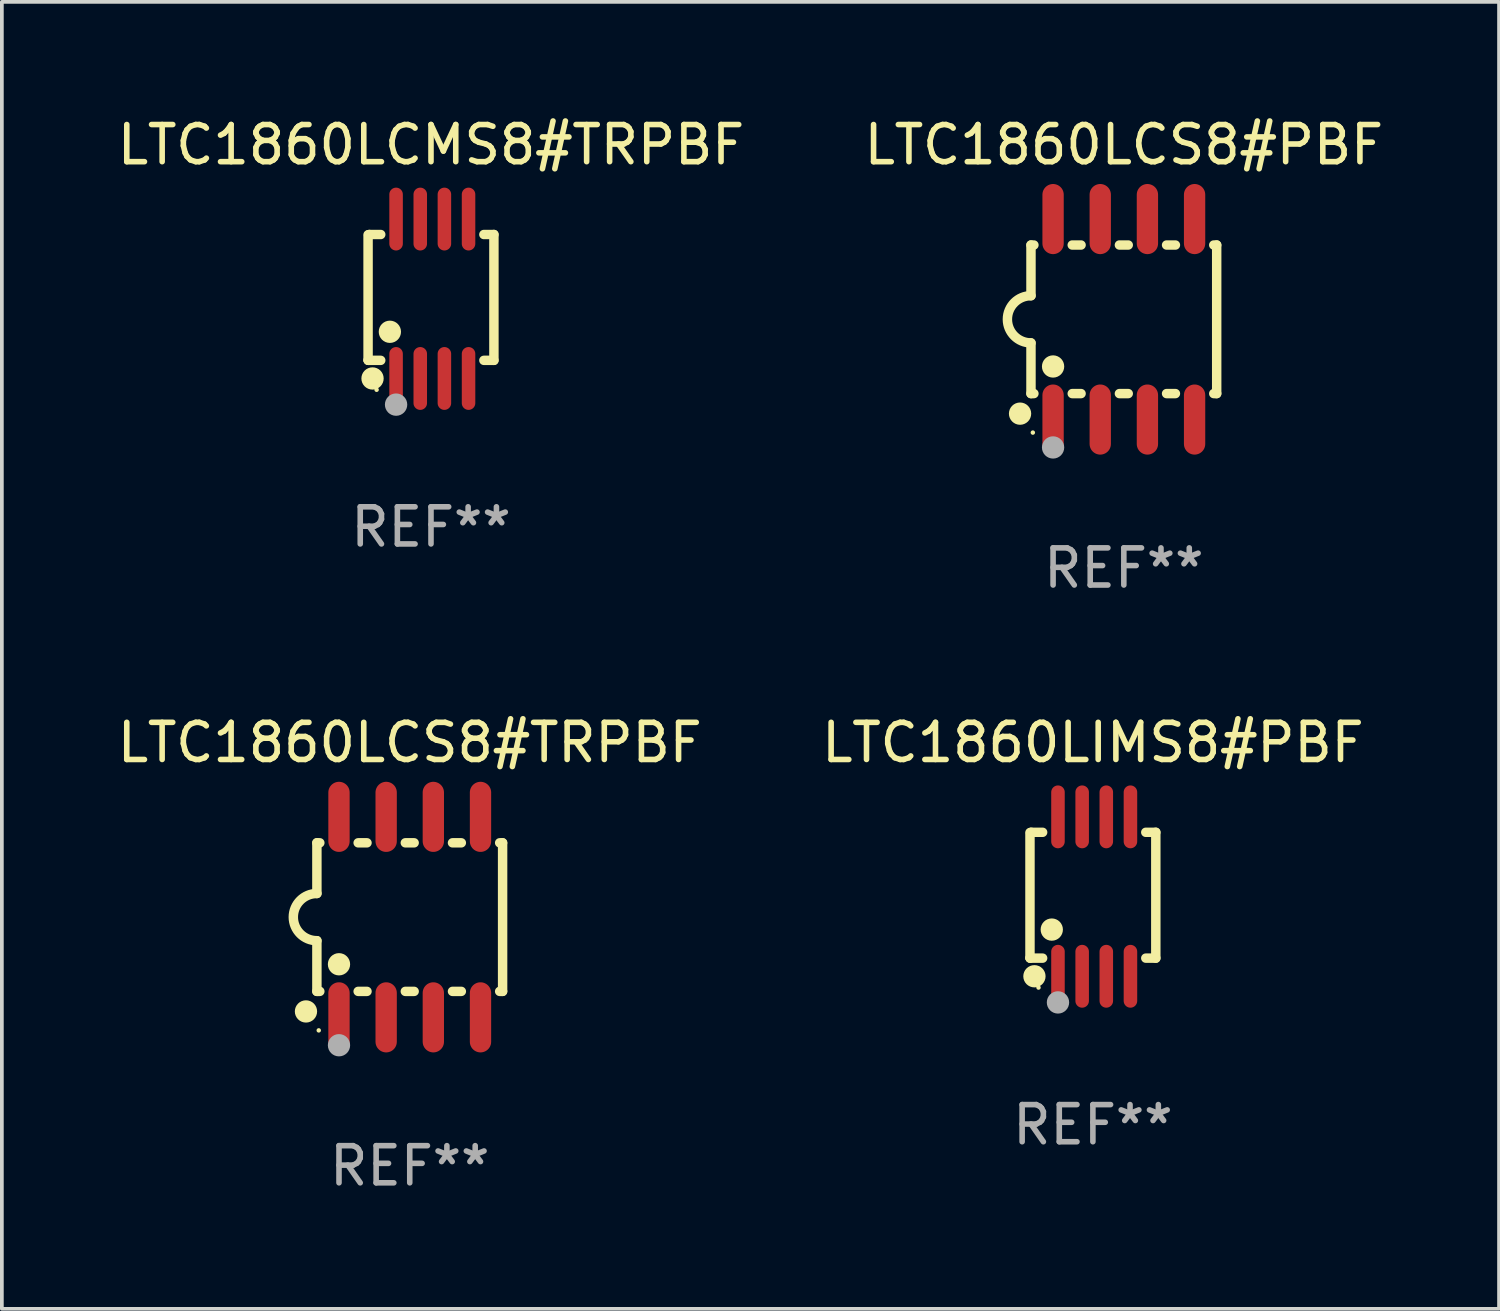
<source format=kicad_pcb>
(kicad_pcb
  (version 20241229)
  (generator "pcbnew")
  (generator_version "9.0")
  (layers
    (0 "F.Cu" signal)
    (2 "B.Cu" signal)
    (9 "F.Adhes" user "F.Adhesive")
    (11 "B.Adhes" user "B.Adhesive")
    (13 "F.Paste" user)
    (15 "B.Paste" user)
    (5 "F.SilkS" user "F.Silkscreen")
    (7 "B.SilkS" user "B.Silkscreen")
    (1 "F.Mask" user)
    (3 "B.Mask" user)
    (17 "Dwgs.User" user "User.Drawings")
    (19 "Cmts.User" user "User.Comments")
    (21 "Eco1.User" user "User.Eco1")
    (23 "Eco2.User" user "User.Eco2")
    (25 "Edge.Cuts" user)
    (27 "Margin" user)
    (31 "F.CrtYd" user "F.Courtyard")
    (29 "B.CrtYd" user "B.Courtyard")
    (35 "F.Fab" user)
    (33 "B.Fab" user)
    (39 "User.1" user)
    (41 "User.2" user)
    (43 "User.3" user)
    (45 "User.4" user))
  (footprint "LTC1860LCS8#TRPBF"
    (layer "F.Cu")
    (at 7.982 21.642)
    (property "Reference" "LTC1860LCS8#TRPBF" (at 0 -4.699 0) (layer "F.SilkS") (effects (font (size 1 1) (thickness 0.15))))
    (attr through_hole)
    (fp_line (start -2.5 -2) (end -2.5 -0.635) (stroke (width 0.254) (type solid)) (layer "F.SilkS"))
    (fp_line (start -2.5 -2) (end -2.421 -2) (stroke (width 0.254) (type solid)) (layer "F.SilkS"))
    (fp_line (start -2.5 2) (end -2.5 0.635) (stroke (width 0.254) (type solid)) (layer "F.SilkS"))
    (fp_line (start -2.5 2) (end -2.421 2) (stroke (width 0.254) (type solid)) (layer "F.SilkS"))
    (fp_line (start -1.389 -2) (end -1.151 -2) (stroke (width 0.254) (type solid)) (layer "F.SilkS"))
    (fp_line (start -1.389 2) (end -1.151 2) (stroke (width 0.254) (type solid)) (layer "F.SilkS"))
    (fp_line (start -0.119 -2) (end 0.119 -2) (stroke (width 0.254) (type solid)) (layer "F.SilkS"))
    (fp_line (start -0.119 2) (end 0.119 2) (stroke (width 0.254) (type solid)) (layer "F.SilkS"))
    (fp_line (start 1.151 -2) (end 1.389 -2) (stroke (width 0.254) (type solid)) (layer "F.SilkS"))
    (fp_line (start 1.151 2) (end 1.389 2) (stroke (width 0.254) (type solid)) (layer "F.SilkS"))
    (fp_line (start 2.421 -2) (end 2.5 -2) (stroke (width 0.254) (type solid)) (layer "F.SilkS"))
    (fp_line (start 2.421 2) (end 2.5 2) (stroke (width 0.254) (type solid)) (layer "F.SilkS"))
    (fp_line (start 2.5 -2) (end 2.5 2) (stroke (width 0.254) (type solid)) (layer "F.SilkS"))
    (fp_arc (start -2.5 0.635001) (mid -3.134366 -0.000318) (end -2.499365 -0.635001) (stroke (width 0.254001) (type solid)) (layer "F.SilkS"))
    (fp_circle (center -2.794 2.54) (end -2.644 2.54) (stroke (width 0.3) (type solid)) (fill no) (layer "F.SilkS"))
    (fp_circle (center -2.45 3.05) (end -2.42 3.05) (stroke (width 0.06) (type solid)) (fill no) (layer "F.SilkS"))
    (fp_circle (center -1.905 1.27) (end -1.755 1.27) (stroke (width 0.3) (type solid)) (fill no) (layer "F.SilkS"))
    (fp_circle (center -1.905 3.45) (end -1.755 3.45) (stroke (width 0.3) (type solid)) (fill no) (layer "F.Fab"))
    (fp_text user "REF**" (at 0 6.699 0) (layer "F.Fab") (effects (font (size 1 1) (thickness 0.15))))
    (pad "1" smd oval (at -1.905 2.699) (size 0.574 1.888) (layers "F.Cu" "F.Mask" "F.Paste"))
    (pad "2" smd oval (at -0.635 2.699) (size 0.574 1.888) (layers "F.Cu" "F.Mask" "F.Paste"))
    (pad "3" smd oval (at 0.635 2.699) (size 0.574 1.888) (layers "F.Cu" "F.Mask" "F.Paste"))
    (pad "4" smd oval (at 1.905 2.699) (size 0.574 1.888) (layers "F.Cu" "F.Mask" "F.Paste"))
    (pad "5" smd oval (at 1.905 -2.699) (size 0.574 1.888) (layers "F.Cu" "F.Mask" "F.Paste"))
    (pad "6" smd oval (at 0.635 -2.699) (size 0.574 1.888) (layers "F.Cu" "F.Mask" "F.Paste"))
    (pad "7" smd oval (at -0.635 -2.699) (size 0.574 1.888) (layers "F.Cu" "F.Mask" "F.Paste"))
    (pad "8" smd oval (at -1.905 -2.699) (size 0.574 1.888) (layers "F.Cu" "F.Mask" "F.Paste")))
  (footprint "LTC1860LCMS8#TRPBF"
    (layer "F.Cu")
    (at 8.554 4.994)
    (property "Reference" "LTC1860LCMS8#TRPBF" (at 0 -4.146 0) (layer "F.SilkS") (effects (font (size 1 1) (thickness 0.15))))
    (attr through_hole)
    (fp_line (start -1.694 -1.724) (end -1.694 1.652) (stroke (width 0.254) (type solid)) (layer "F.SilkS"))
    (fp_line (start -1.694 1.652) (end -1.688 1.658) (stroke (width 0.254) (type solid)) (layer "F.SilkS"))
    (fp_line (start -1.688 1.658) (end -1.353 1.658) (stroke (width 0.254) (type solid)) (layer "F.SilkS"))
    (fp_line (start -1.661 -1.73) (end -1.681 -1.71) (stroke (width 0.254) (type solid)) (layer "F.SilkS"))
    (fp_line (start -1.353 -1.73) (end -1.661 -1.73) (stroke (width 0.254) (type solid)) (layer "F.SilkS"))
    (fp_line (start 1.424 1.658) (end 1.694 1.658) (stroke (width 0.254) (type solid)) (layer "F.SilkS"))
    (fp_line (start 1.694 -1.73) (end 1.424 -1.73) (stroke (width 0.254) (type solid)) (layer "F.SilkS"))
    (fp_line (start 1.694 1.658) (end 1.694 -1.73) (stroke (width 0.254) (type solid)) (layer "F.SilkS"))
    (fp_circle (center -1.574 2.146) (end -1.424 2.146) (stroke (width 0.3) (type solid)) (fill no) (layer "F.SilkS"))
    (fp_circle (center -1.464 2.45) (end -1.434 2.45) (stroke (width 0.06) (type solid)) (fill no) (layer "F.SilkS"))
    (fp_circle (center -1.107 0.889) (end -0.957 0.889) (stroke (width 0.3) (type solid)) (fill no) (layer "F.SilkS"))
    (fp_circle (center -0.94 2.85) (end -0.789 2.85) (stroke (width 0.3) (type solid)) (fill no) (layer "F.Fab"))
    (fp_text user "REF**" (at 0 6.146 0) (layer "F.Fab") (effects (font (size 1 1) (thickness 0.15))))
    (pad "1" smd oval (at -0.94 2.146) (size 0.364 1.692) (layers "F.Cu" "F.Mask" "F.Paste"))
    (pad "2" smd oval (at -0.289 2.146) (size 0.364 1.692) (layers "F.Cu" "F.Mask" "F.Paste"))
    (pad "3" smd oval (at 0.361 2.146) (size 0.364 1.692) (layers "F.Cu" "F.Mask" "F.Paste"))
    (pad "4" smd oval (at 1.011 2.146) (size 0.364 1.692) (layers "F.Cu" "F.Mask" "F.Paste"))
    (pad "5" smd oval (at 1.011 -2.146) (size 0.364 1.692) (layers "F.Cu" "F.Mask" "F.Paste"))
    (pad "6" smd oval (at 0.361 -2.146) (size 0.364 1.692) (layers "F.Cu" "F.Mask" "F.Paste"))
    (pad "7" smd oval (at -0.289 -2.146) (size 0.364 1.692) (layers "F.Cu" "F.Mask" "F.Paste"))
    (pad "8" smd oval (at -0.94 -2.146) (size 0.364 1.692) (layers "F.Cu" "F.Mask" "F.Paste")))
  (footprint "LTC1860LIMS8#PBF"
    (layer "F.Cu")
    (at 26.375 21.089)
    (property "Reference" "LTC1860LIMS8#PBF" (at 0 -4.146 0) (layer "F.SilkS") (effects (font (size 1 1) (thickness 0.15))))
    (attr through_hole)
    (fp_line (start -1.694 -1.724) (end -1.694 1.652) (stroke (width 0.254) (type solid)) (layer "F.SilkS"))
    (fp_line (start -1.694 1.652) (end -1.688 1.658) (stroke (width 0.254) (type solid)) (layer "F.SilkS"))
    (fp_line (start -1.688 1.658) (end -1.353 1.658) (stroke (width 0.254) (type solid)) (layer "F.SilkS"))
    (fp_line (start -1.661 -1.73) (end -1.681 -1.71) (stroke (width 0.254) (type solid)) (layer "F.SilkS"))
    (fp_line (start -1.353 -1.73) (end -1.661 -1.73) (stroke (width 0.254) (type solid)) (layer "F.SilkS"))
    (fp_line (start 1.424 1.658) (end 1.694 1.658) (stroke (width 0.254) (type solid)) (layer "F.SilkS"))
    (fp_line (start 1.694 -1.73) (end 1.424 -1.73) (stroke (width 0.254) (type solid)) (layer "F.SilkS"))
    (fp_line (start 1.694 1.658) (end 1.694 -1.73) (stroke (width 0.254) (type solid)) (layer "F.SilkS"))
    (fp_circle (center -1.574 2.146) (end -1.424 2.146) (stroke (width 0.3) (type solid)) (fill no) (layer "F.SilkS"))
    (fp_circle (center -1.464 2.45) (end -1.434 2.45) (stroke (width 0.06) (type solid)) (fill no) (layer "F.SilkS"))
    (fp_circle (center -1.107 0.889) (end -0.957 0.889) (stroke (width 0.3) (type solid)) (fill no) (layer "F.SilkS"))
    (fp_circle (center -0.94 2.85) (end -0.789 2.85) (stroke (width 0.3) (type solid)) (fill no) (layer "F.Fab"))
    (fp_text user "REF**" (at 0 6.146 0) (layer "F.Fab") (effects (font (size 1 1) (thickness 0.15))))
    (pad "1" smd oval (at -0.94 2.146) (size 0.364 1.692) (layers "F.Cu" "F.Mask" "F.Paste"))
    (pad "2" smd oval (at -0.289 2.146) (size 0.364 1.692) (layers "F.Cu" "F.Mask" "F.Paste"))
    (pad "3" smd oval (at 0.361 2.146) (size 0.364 1.692) (layers "F.Cu" "F.Mask" "F.Paste"))
    (pad "4" smd oval (at 1.011 2.146) (size 0.364 1.692) (layers "F.Cu" "F.Mask" "F.Paste"))
    (pad "5" smd oval (at 1.011 -2.146) (size 0.364 1.692) (layers "F.Cu" "F.Mask" "F.Paste"))
    (pad "6" smd oval (at 0.361 -2.146) (size 0.364 1.692) (layers "F.Cu" "F.Mask" "F.Paste"))
    (pad "7" smd oval (at -0.289 -2.146) (size 0.364 1.692) (layers "F.Cu" "F.Mask" "F.Paste"))
    (pad "8" smd oval (at -0.94 -2.146) (size 0.364 1.692) (layers "F.Cu" "F.Mask" "F.Paste")))
  (footprint "LTC1860LCS8#PBF"
    (layer "F.Cu")
    (at 27.208 5.547)
    (property "Reference" "LTC1860LCS8#PBF" (at 0 -4.699 0) (layer "F.SilkS") (effects (font (size 1 1) (thickness 0.15))))
    (attr through_hole)
    (fp_line (start -2.5 -2) (end -2.5 -0.635) (stroke (width 0.254) (type solid)) (layer "F.SilkS"))
    (fp_line (start -2.5 -2) (end -2.421 -2) (stroke (width 0.254) (type solid)) (layer "F.SilkS"))
    (fp_line (start -2.5 2) (end -2.5 0.635) (stroke (width 0.254) (type solid)) (layer "F.SilkS"))
    (fp_line (start -2.5 2) (end -2.421 2) (stroke (width 0.254) (type solid)) (layer "F.SilkS"))
    (fp_line (start -1.389 -2) (end -1.151 -2) (stroke (width 0.254) (type solid)) (layer "F.SilkS"))
    (fp_line (start -1.389 2) (end -1.151 2) (stroke (width 0.254) (type solid)) (layer "F.SilkS"))
    (fp_line (start -0.119 -2) (end 0.119 -2) (stroke (width 0.254) (type solid)) (layer "F.SilkS"))
    (fp_line (start -0.119 2) (end 0.119 2) (stroke (width 0.254) (type solid)) (layer "F.SilkS"))
    (fp_line (start 1.151 -2) (end 1.389 -2) (stroke (width 0.254) (type solid)) (layer "F.SilkS"))
    (fp_line (start 1.151 2) (end 1.389 2) (stroke (width 0.254) (type solid)) (layer "F.SilkS"))
    (fp_line (start 2.421 -2) (end 2.5 -2) (stroke (width 0.254) (type solid)) (layer "F.SilkS"))
    (fp_line (start 2.421 2) (end 2.5 2) (stroke (width 0.254) (type solid)) (layer "F.SilkS"))
    (fp_line (start 2.5 -2) (end 2.5 2) (stroke (width 0.254) (type solid)) (layer "F.SilkS"))
    (fp_arc (start -2.5 0.635001) (mid -3.134366 -0.000318) (end -2.499365 -0.635001) (stroke (width 0.254001) (type solid)) (layer "F.SilkS"))
    (fp_circle (center -2.794 2.54) (end -2.644 2.54) (stroke (width 0.3) (type solid)) (fill no) (layer "F.SilkS"))
    (fp_circle (center -2.45 3.05) (end -2.42 3.05) (stroke (width 0.06) (type solid)) (fill no) (layer "F.SilkS"))
    (fp_circle (center -1.905 1.27) (end -1.755 1.27) (stroke (width 0.3) (type solid)) (fill no) (layer "F.SilkS"))
    (fp_circle (center -1.905 3.45) (end -1.755 3.45) (stroke (width 0.3) (type solid)) (fill no) (layer "F.Fab"))
    (fp_text user "REF**" (at 0 6.699 0) (layer "F.Fab") (effects (font (size 1 1) (thickness 0.15))))
    (pad "1" smd oval (at -1.905 2.699) (size 0.574 1.888) (layers "F.Cu" "F.Mask" "F.Paste"))
    (pad "2" smd oval (at -0.635 2.699) (size 0.574 1.888) (layers "F.Cu" "F.Mask" "F.Paste"))
    (pad "3" smd oval (at 0.635 2.699) (size 0.574 1.888) (layers "F.Cu" "F.Mask" "F.Paste"))
    (pad "4" smd oval (at 1.905 2.699) (size 0.574 1.888) (layers "F.Cu" "F.Mask" "F.Paste"))
    (pad "5" smd oval (at 1.905 -2.699) (size 0.574 1.888) (layers "F.Cu" "F.Mask" "F.Paste"))
    (pad "6" smd oval (at 0.635 -2.699) (size 0.574 1.888) (layers "F.Cu" "F.Mask" "F.Paste"))
    (pad "7" smd oval (at -0.635 -2.699) (size 0.574 1.888) (layers "F.Cu" "F.Mask" "F.Paste"))
    (pad "8" smd oval (at -1.905 -2.699) (size 0.574 1.888) (layers "F.Cu" "F.Mask" "F.Paste")))
  (gr_rect
    (start -3 -3)
    (end 37.31 32.189)
    (stroke (width 0.1) (type default))
    (fill no)
    (layer "Edge.Cuts")))
</source>
